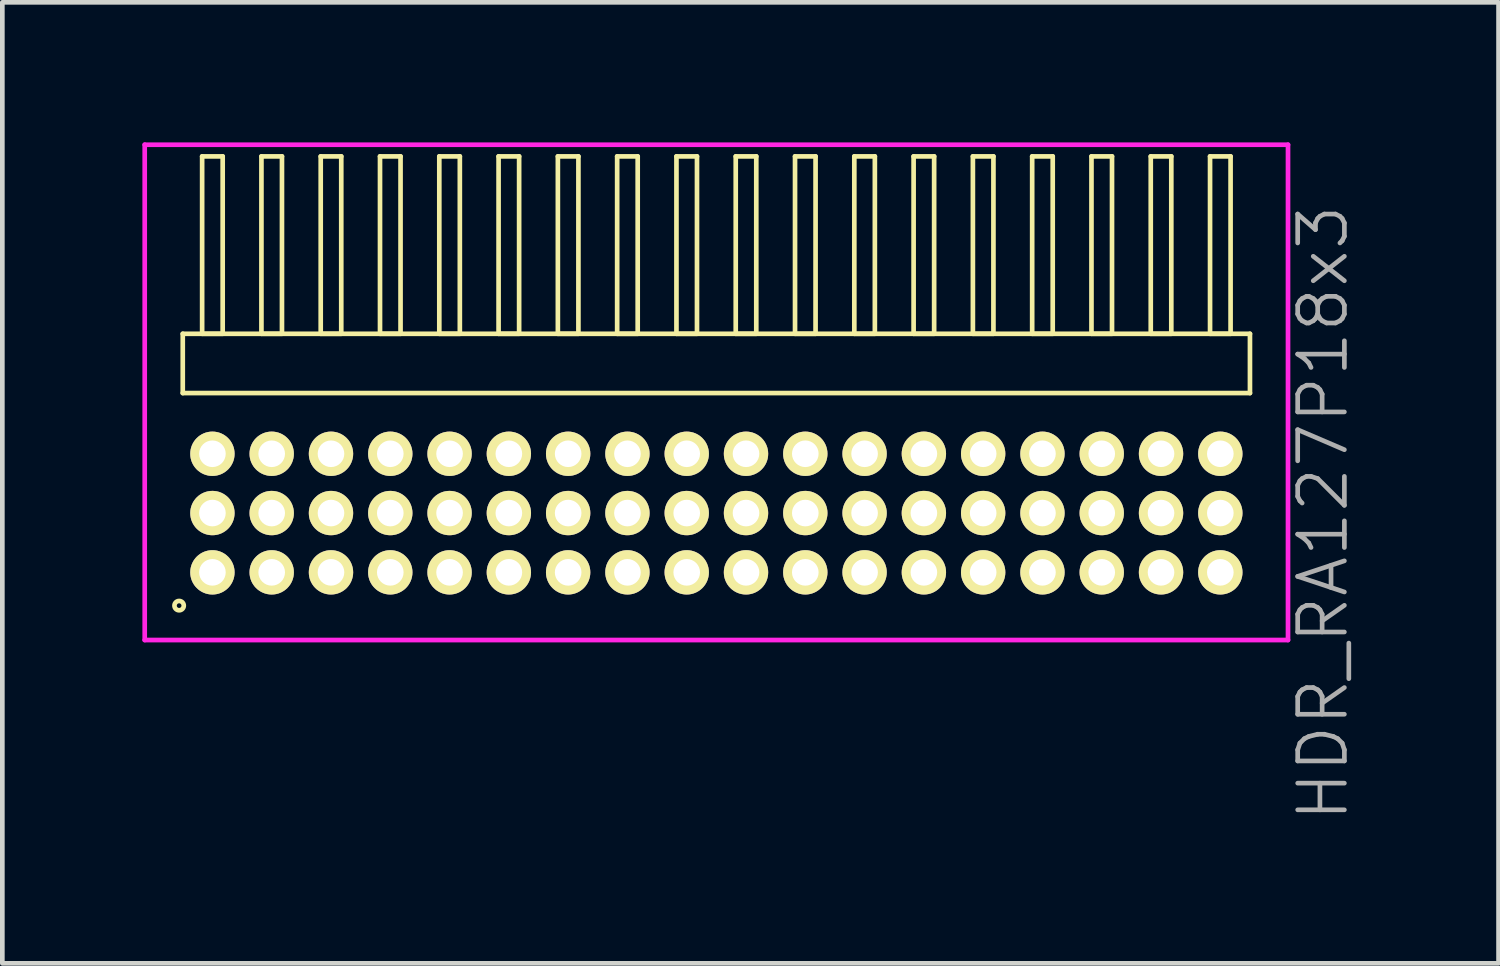
<source format=kicad_pcb>
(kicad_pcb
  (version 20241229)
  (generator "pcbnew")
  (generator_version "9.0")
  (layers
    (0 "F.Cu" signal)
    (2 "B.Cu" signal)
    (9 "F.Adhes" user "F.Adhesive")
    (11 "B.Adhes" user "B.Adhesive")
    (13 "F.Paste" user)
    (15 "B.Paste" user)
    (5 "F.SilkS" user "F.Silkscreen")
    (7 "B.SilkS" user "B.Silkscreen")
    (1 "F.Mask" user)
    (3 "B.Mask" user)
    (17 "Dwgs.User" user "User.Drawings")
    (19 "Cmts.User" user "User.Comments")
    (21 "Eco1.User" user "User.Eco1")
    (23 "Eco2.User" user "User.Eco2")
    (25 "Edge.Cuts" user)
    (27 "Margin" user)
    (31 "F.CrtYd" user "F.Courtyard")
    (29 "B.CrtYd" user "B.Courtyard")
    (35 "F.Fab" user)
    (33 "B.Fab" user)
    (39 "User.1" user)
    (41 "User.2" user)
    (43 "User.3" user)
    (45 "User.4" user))
  (footprint "HDR_RA127P18x3"
    (layer "F.Cu")
    (at 12.295 7.94)
    (property "Reference" "HDR_RA127P18x3" (at 12.995 0 90) (layer "F.Fab") (effects (font (size 1 1) (thickness 0.1))))
    (attr through_hole)
    (fp_line (start -11.43 -3.84) (end -11.43 -2.57) (stroke (width 0.1) (type solid)) (layer "F.SilkS"))
    (fp_line (start -11.43 -2.57) (end 11.43 -2.57) (stroke (width 0.1) (type solid)) (layer "F.SilkS"))
    (fp_line (start -11.015 -7.64) (end -11.015 -3.84) (stroke (width 0.1) (type solid)) (layer "F.SilkS"))
    (fp_line (start -11.015 -3.84) (end -10.575 -3.84) (stroke (width 0.1) (type solid)) (layer "F.SilkS"))
    (fp_line (start -10.575 -7.64) (end -11.015 -7.64) (stroke (width 0.1) (type solid)) (layer "F.SilkS"))
    (fp_line (start -10.575 -3.84) (end -10.575 -7.64) (stroke (width 0.1) (type solid)) (layer "F.SilkS"))
    (fp_line (start -9.745 -7.64) (end -9.745 -3.84) (stroke (width 0.1) (type solid)) (layer "F.SilkS"))
    (fp_line (start -9.745 -3.84) (end -9.305 -3.84) (stroke (width 0.1) (type solid)) (layer "F.SilkS"))
    (fp_line (start -9.305 -7.64) (end -9.745 -7.64) (stroke (width 0.1) (type solid)) (layer "F.SilkS"))
    (fp_line (start -9.305 -3.84) (end -9.305 -7.64) (stroke (width 0.1) (type solid)) (layer "F.SilkS"))
    (fp_line (start -8.475 -7.64) (end -8.475 -3.84) (stroke (width 0.1) (type solid)) (layer "F.SilkS"))
    (fp_line (start -8.475 -3.84) (end -8.035 -3.84) (stroke (width 0.1) (type solid)) (layer "F.SilkS"))
    (fp_line (start -8.035 -7.64) (end -8.475 -7.64) (stroke (width 0.1) (type solid)) (layer "F.SilkS"))
    (fp_line (start -8.035 -3.84) (end -8.035 -7.64) (stroke (width 0.1) (type solid)) (layer "F.SilkS"))
    (fp_line (start -7.205 -7.64) (end -7.205 -3.84) (stroke (width 0.1) (type solid)) (layer "F.SilkS"))
    (fp_line (start -7.205 -3.84) (end -6.765 -3.84) (stroke (width 0.1) (type solid)) (layer "F.SilkS"))
    (fp_line (start -6.765 -7.64) (end -7.205 -7.64) (stroke (width 0.1) (type solid)) (layer "F.SilkS"))
    (fp_line (start -6.765 -3.84) (end -6.765 -7.64) (stroke (width 0.1) (type solid)) (layer "F.SilkS"))
    (fp_line (start -5.935 -7.64) (end -5.935 -3.84) (stroke (width 0.1) (type solid)) (layer "F.SilkS"))
    (fp_line (start -5.935 -3.84) (end -5.495 -3.84) (stroke (width 0.1) (type solid)) (layer "F.SilkS"))
    (fp_line (start -5.495 -7.64) (end -5.935 -7.64) (stroke (width 0.1) (type solid)) (layer "F.SilkS"))
    (fp_line (start -5.495 -3.84) (end -5.495 -7.64) (stroke (width 0.1) (type solid)) (layer "F.SilkS"))
    (fp_line (start -4.665 -7.64) (end -4.665 -3.84) (stroke (width 0.1) (type solid)) (layer "F.SilkS"))
    (fp_line (start -4.665 -3.84) (end -4.225 -3.84) (stroke (width 0.1) (type solid)) (layer "F.SilkS"))
    (fp_line (start -4.225 -7.64) (end -4.665 -7.64) (stroke (width 0.1) (type solid)) (layer "F.SilkS"))
    (fp_line (start -4.225 -3.84) (end -4.225 -7.64) (stroke (width 0.1) (type solid)) (layer "F.SilkS"))
    (fp_line (start -3.395 -7.64) (end -3.395 -3.84) (stroke (width 0.1) (type solid)) (layer "F.SilkS"))
    (fp_line (start -3.395 -3.84) (end -2.955 -3.84) (stroke (width 0.1) (type solid)) (layer "F.SilkS"))
    (fp_line (start -2.955 -7.64) (end -3.395 -7.64) (stroke (width 0.1) (type solid)) (layer "F.SilkS"))
    (fp_line (start -2.955 -3.84) (end -2.955 -7.64) (stroke (width 0.1) (type solid)) (layer "F.SilkS"))
    (fp_line (start -2.125 -7.64) (end -2.125 -3.84) (stroke (width 0.1) (type solid)) (layer "F.SilkS"))
    (fp_line (start -2.125 -3.84) (end -1.685 -3.84) (stroke (width 0.1) (type solid)) (layer "F.SilkS"))
    (fp_line (start -1.685 -7.64) (end -2.125 -7.64) (stroke (width 0.1) (type solid)) (layer "F.SilkS"))
    (fp_line (start -1.685 -3.84) (end -1.685 -7.64) (stroke (width 0.1) (type solid)) (layer "F.SilkS"))
    (fp_line (start -0.855 -7.64) (end -0.855 -3.84) (stroke (width 0.1) (type solid)) (layer "F.SilkS"))
    (fp_line (start -0.855 -3.84) (end -0.415 -3.84) (stroke (width 0.1) (type solid)) (layer "F.SilkS"))
    (fp_line (start -0.415 -7.64) (end -0.855 -7.64) (stroke (width 0.1) (type solid)) (layer "F.SilkS"))
    (fp_line (start -0.415 -3.84) (end -0.415 -7.64) (stroke (width 0.1) (type solid)) (layer "F.SilkS"))
    (fp_line (start 0.415 -7.64) (end 0.415 -3.84) (stroke (width 0.1) (type solid)) (layer "F.SilkS"))
    (fp_line (start 0.415 -3.84) (end 0.855 -3.84) (stroke (width 0.1) (type solid)) (layer "F.SilkS"))
    (fp_line (start 0.855 -7.64) (end 0.415 -7.64) (stroke (width 0.1) (type solid)) (layer "F.SilkS"))
    (fp_line (start 0.855 -3.84) (end 0.855 -7.64) (stroke (width 0.1) (type solid)) (layer "F.SilkS"))
    (fp_line (start 1.685 -7.64) (end 1.685 -3.84) (stroke (width 0.1) (type solid)) (layer "F.SilkS"))
    (fp_line (start 1.685 -3.84) (end 2.125 -3.84) (stroke (width 0.1) (type solid)) (layer "F.SilkS"))
    (fp_line (start 2.125 -7.64) (end 1.685 -7.64) (stroke (width 0.1) (type solid)) (layer "F.SilkS"))
    (fp_line (start 2.125 -3.84) (end 2.125 -7.64) (stroke (width 0.1) (type solid)) (layer "F.SilkS"))
    (fp_line (start 2.955 -7.64) (end 2.955 -3.84) (stroke (width 0.1) (type solid)) (layer "F.SilkS"))
    (fp_line (start 2.955 -3.84) (end 3.395 -3.84) (stroke (width 0.1) (type solid)) (layer "F.SilkS"))
    (fp_line (start 3.395 -7.64) (end 2.955 -7.64) (stroke (width 0.1) (type solid)) (layer "F.SilkS"))
    (fp_line (start 3.395 -3.84) (end 3.395 -7.64) (stroke (width 0.1) (type solid)) (layer "F.SilkS"))
    (fp_line (start 4.225 -7.64) (end 4.225 -3.84) (stroke (width 0.1) (type solid)) (layer "F.SilkS"))
    (fp_line (start 4.225 -3.84) (end 4.665 -3.84) (stroke (width 0.1) (type solid)) (layer "F.SilkS"))
    (fp_line (start 4.665 -7.64) (end 4.225 -7.64) (stroke (width 0.1) (type solid)) (layer "F.SilkS"))
    (fp_line (start 4.665 -3.84) (end 4.665 -7.64) (stroke (width 0.1) (type solid)) (layer "F.SilkS"))
    (fp_line (start 5.495 -7.64) (end 5.495 -3.84) (stroke (width 0.1) (type solid)) (layer "F.SilkS"))
    (fp_line (start 5.495 -3.84) (end 5.935 -3.84) (stroke (width 0.1) (type solid)) (layer "F.SilkS"))
    (fp_line (start 5.935 -7.64) (end 5.495 -7.64) (stroke (width 0.1) (type solid)) (layer "F.SilkS"))
    (fp_line (start 5.935 -3.84) (end 5.935 -7.64) (stroke (width 0.1) (type solid)) (layer "F.SilkS"))
    (fp_line (start 6.765 -7.64) (end 6.765 -3.84) (stroke (width 0.1) (type solid)) (layer "F.SilkS"))
    (fp_line (start 6.765 -3.84) (end 7.205 -3.84) (stroke (width 0.1) (type solid)) (layer "F.SilkS"))
    (fp_line (start 7.205 -7.64) (end 6.765 -7.64) (stroke (width 0.1) (type solid)) (layer "F.SilkS"))
    (fp_line (start 7.205 -3.84) (end 7.205 -7.64) (stroke (width 0.1) (type solid)) (layer "F.SilkS"))
    (fp_line (start 8.035 -7.64) (end 8.035 -3.84) (stroke (width 0.1) (type solid)) (layer "F.SilkS"))
    (fp_line (start 8.035 -3.84) (end 8.475 -3.84) (stroke (width 0.1) (type solid)) (layer "F.SilkS"))
    (fp_line (start 8.475 -7.64) (end 8.035 -7.64) (stroke (width 0.1) (type solid)) (layer "F.SilkS"))
    (fp_line (start 8.475 -3.84) (end 8.475 -7.64) (stroke (width 0.1) (type solid)) (layer "F.SilkS"))
    (fp_line (start 9.305 -7.64) (end 9.305 -3.84) (stroke (width 0.1) (type solid)) (layer "F.SilkS"))
    (fp_line (start 9.305 -3.84) (end 9.745 -3.84) (stroke (width 0.1) (type solid)) (layer "F.SilkS"))
    (fp_line (start 9.745 -7.64) (end 9.305 -7.64) (stroke (width 0.1) (type solid)) (layer "F.SilkS"))
    (fp_line (start 9.745 -3.84) (end 9.745 -7.64) (stroke (width 0.1) (type solid)) (layer "F.SilkS"))
    (fp_line (start 10.575 -7.64) (end 10.575 -3.84) (stroke (width 0.1) (type solid)) (layer "F.SilkS"))
    (fp_line (start 10.575 -3.84) (end 11.015 -3.84) (stroke (width 0.1) (type solid)) (layer "F.SilkS"))
    (fp_line (start 11.015 -7.64) (end 10.575 -7.64) (stroke (width 0.1) (type solid)) (layer "F.SilkS"))
    (fp_line (start 11.015 -3.84) (end 11.015 -7.64) (stroke (width 0.1) (type solid)) (layer "F.SilkS"))
    (fp_line (start 11.43 -3.84) (end -11.43 -3.84) (stroke (width 0.1) (type solid)) (layer "F.SilkS"))
    (fp_line (start 11.43 -2.57) (end 11.43 -3.84) (stroke (width 0.1) (type solid)) (layer "F.SilkS"))
    (fp_circle (center -11.508 1.983) (end -11.408 1.983) (stroke (width 0.1) (type solid)) (fill no) (layer "F.SilkS"))
    (fp_line (start -12.245 -7.89) (end -12.245 2.72) (stroke (width 0.1) (type solid)) (layer "F.CrtYd"))
    (fp_line (start -12.245 2.72) (end 12.245 2.72) (stroke (width 0.1) (type solid)) (layer "F.CrtYd"))
    (fp_line (start 12.245 -7.89) (end -12.245 -7.89) (stroke (width 0.1) (type solid)) (layer "F.CrtYd"))
    (fp_line (start 12.245 2.72) (end 12.245 -7.89) (stroke (width 0.1) (type solid)) (layer "F.CrtYd"))
    (pad "1" thru_hole oval (at -10.795 1.27) (size 0.95 0.95) (drill 0.57) (layers "*.Cu" "*.Mask" "F.SilkS"))
    (pad "2" thru_hole oval (at -10.795 0) (size 0.95 0.95) (drill 0.57) (layers "*.Cu" "*.Mask" "F.SilkS"))
    (pad "3" thru_hole oval (at -10.795 -1.27) (size 0.95 0.95) (drill 0.57) (layers "*.Cu" "*.Mask" "F.SilkS"))
    (pad "4" thru_hole oval (at -9.525 1.27) (size 0.95 0.95) (drill 0.57) (layers "*.Cu" "*.Mask" "F.SilkS"))
    (pad "5" thru_hole oval (at -9.525 0) (size 0.95 0.95) (drill 0.57) (layers "*.Cu" "*.Mask" "F.SilkS"))
    (pad "6" thru_hole oval (at -9.525 -1.27) (size 0.95 0.95) (drill 0.57) (layers "*.Cu" "*.Mask" "F.SilkS"))
    (pad "7" thru_hole oval (at -8.255 1.27) (size 0.95 0.95) (drill 0.57) (layers "*.Cu" "*.Mask" "F.SilkS"))
    (pad "8" thru_hole oval (at -8.255 0) (size 0.95 0.95) (drill 0.57) (layers "*.Cu" "*.Mask" "F.SilkS"))
    (pad "9" thru_hole oval (at -8.255 -1.27) (size 0.95 0.95) (drill 0.57) (layers "*.Cu" "*.Mask" "F.SilkS"))
    (pad "10" thru_hole oval (at -6.985 1.27) (size 0.95 0.95) (drill 0.57) (layers "*.Cu" "*.Mask" "F.SilkS"))
    (pad "11" thru_hole oval (at -6.985 0) (size 0.95 0.95) (drill 0.57) (layers "*.Cu" "*.Mask" "F.SilkS"))
    (pad "12" thru_hole oval (at -6.985 -1.27) (size 0.95 0.95) (drill 0.57) (layers "*.Cu" "*.Mask" "F.SilkS"))
    (pad "13" thru_hole oval (at -5.715 1.27) (size 0.95 0.95) (drill 0.57) (layers "*.Cu" "*.Mask" "F.SilkS"))
    (pad "14" thru_hole oval (at -5.715 0) (size 0.95 0.95) (drill 0.57) (layers "*.Cu" "*.Mask" "F.SilkS"))
    (pad "15" thru_hole oval (at -5.715 -1.27) (size 0.95 0.95) (drill 0.57) (layers "*.Cu" "*.Mask" "F.SilkS"))
    (pad "16" thru_hole oval (at -4.445 1.27) (size 0.95 0.95) (drill 0.57) (layers "*.Cu" "*.Mask" "F.SilkS"))
    (pad "17" thru_hole oval (at -4.445 0) (size 0.95 0.95) (drill 0.57) (layers "*.Cu" "*.Mask" "F.SilkS"))
    (pad "18" thru_hole oval (at -4.445 -1.27) (size 0.95 0.95) (drill 0.57) (layers "*.Cu" "*.Mask" "F.SilkS"))
    (pad "19" thru_hole oval (at -3.175 1.27) (size 0.95 0.95) (drill 0.57) (layers "*.Cu" "*.Mask" "F.SilkS"))
    (pad "20" thru_hole oval (at -3.175 0) (size 0.95 0.95) (drill 0.57) (layers "*.Cu" "*.Mask" "F.SilkS"))
    (pad "21" thru_hole oval (at -3.175 -1.27) (size 0.95 0.95) (drill 0.57) (layers "*.Cu" "*.Mask" "F.SilkS"))
    (pad "22" thru_hole oval (at -1.905 1.27) (size 0.95 0.95) (drill 0.57) (layers "*.Cu" "*.Mask" "F.SilkS"))
    (pad "23" thru_hole oval (at -1.905 0) (size 0.95 0.95) (drill 0.57) (layers "*.Cu" "*.Mask" "F.SilkS"))
    (pad "24" thru_hole oval (at -1.905 -1.27) (size 0.95 0.95) (drill 0.57) (layers "*.Cu" "*.Mask" "F.SilkS"))
    (pad "25" thru_hole oval (at -0.635 1.27) (size 0.95 0.95) (drill 0.57) (layers "*.Cu" "*.Mask" "F.SilkS"))
    (pad "26" thru_hole oval (at -0.635 0) (size 0.95 0.95) (drill 0.57) (layers "*.Cu" "*.Mask" "F.SilkS"))
    (pad "27" thru_hole oval (at -0.635 -1.27) (size 0.95 0.95) (drill 0.57) (layers "*.Cu" "*.Mask" "F.SilkS"))
    (pad "28" thru_hole oval (at 0.635 1.27) (size 0.95 0.95) (drill 0.57) (layers "*.Cu" "*.Mask" "F.SilkS"))
    (pad "29" thru_hole oval (at 0.635 0) (size 0.95 0.95) (drill 0.57) (layers "*.Cu" "*.Mask" "F.SilkS"))
    (pad "30" thru_hole oval (at 0.635 -1.27) (size 0.95 0.95) (drill 0.57) (layers "*.Cu" "*.Mask" "F.SilkS"))
    (pad "31" thru_hole oval (at 1.905 1.27) (size 0.95 0.95) (drill 0.57) (layers "*.Cu" "*.Mask" "F.SilkS"))
    (pad "32" thru_hole oval (at 1.905 0) (size 0.95 0.95) (drill 0.57) (layers "*.Cu" "*.Mask" "F.SilkS"))
    (pad "33" thru_hole oval (at 1.905 -1.27) (size 0.95 0.95) (drill 0.57) (layers "*.Cu" "*.Mask" "F.SilkS"))
    (pad "34" thru_hole oval (at 3.175 1.27) (size 0.95 0.95) (drill 0.57) (layers "*.Cu" "*.Mask" "F.SilkS"))
    (pad "35" thru_hole oval (at 3.175 0) (size 0.95 0.95) (drill 0.57) (layers "*.Cu" "*.Mask" "F.SilkS"))
    (pad "36" thru_hole oval (at 3.175 -1.27) (size 0.95 0.95) (drill 0.57) (layers "*.Cu" "*.Mask" "F.SilkS"))
    (pad "37" thru_hole oval (at 4.445 1.27) (size 0.95 0.95) (drill 0.57) (layers "*.Cu" "*.Mask" "F.SilkS"))
    (pad "38" thru_hole oval (at 4.445 0) (size 0.95 0.95) (drill 0.57) (layers "*.Cu" "*.Mask" "F.SilkS"))
    (pad "39" thru_hole oval (at 4.445 -1.27) (size 0.95 0.95) (drill 0.57) (layers "*.Cu" "*.Mask" "F.SilkS"))
    (pad "40" thru_hole oval (at 5.715 1.27) (size 0.95 0.95) (drill 0.57) (layers "*.Cu" "*.Mask" "F.SilkS"))
    (pad "41" thru_hole oval (at 5.715 0) (size 0.95 0.95) (drill 0.57) (layers "*.Cu" "*.Mask" "F.SilkS"))
    (pad "42" thru_hole oval (at 5.715 -1.27) (size 0.95 0.95) (drill 0.57) (layers "*.Cu" "*.Mask" "F.SilkS"))
    (pad "43" thru_hole oval (at 6.985 1.27) (size 0.95 0.95) (drill 0.57) (layers "*.Cu" "*.Mask" "F.SilkS"))
    (pad "44" thru_hole oval (at 6.985 0) (size 0.95 0.95) (drill 0.57) (layers "*.Cu" "*.Mask" "F.SilkS"))
    (pad "45" thru_hole oval (at 6.985 -1.27) (size 0.95 0.95) (drill 0.57) (layers "*.Cu" "*.Mask" "F.SilkS"))
    (pad "46" thru_hole oval (at 8.255 1.27) (size 0.95 0.95) (drill 0.57) (layers "*.Cu" "*.Mask" "F.SilkS"))
    (pad "47" thru_hole oval (at 8.255 0) (size 0.95 0.95) (drill 0.57) (layers "*.Cu" "*.Mask" "F.SilkS"))
    (pad "48" thru_hole oval (at 8.255 -1.27) (size 0.95 0.95) (drill 0.57) (layers "*.Cu" "*.Mask" "F.SilkS"))
    (pad "49" thru_hole oval (at 9.525 1.27) (size 0.95 0.95) (drill 0.57) (layers "*.Cu" "*.Mask" "F.SilkS"))
    (pad "50" thru_hole oval (at 9.525 0) (size 0.95 0.95) (drill 0.57) (layers "*.Cu" "*.Mask" "F.SilkS"))
    (pad "51" thru_hole oval (at 9.525 -1.27) (size 0.95 0.95) (drill 0.57) (layers "*.Cu" "*.Mask" "F.SilkS"))
    (pad "52" thru_hole oval (at 10.795 1.27) (size 0.95 0.95) (drill 0.57) (layers "*.Cu" "*.Mask" "F.SilkS"))
    (pad "53" thru_hole oval (at 10.795 0) (size 0.95 0.95) (drill 0.57) (layers "*.Cu" "*.Mask" "F.SilkS"))
    (pad "54" thru_hole oval (at 10.795 -1.27) (size 0.95 0.95) (drill 0.57) (layers "*.Cu" "*.Mask" "F.SilkS")))
  (gr_rect
    (start -3 -3)
    (end 29.05 17.585)
    (stroke (width 0.1) (type default))
    (fill no)
    (layer "Edge.Cuts")))
</source>
